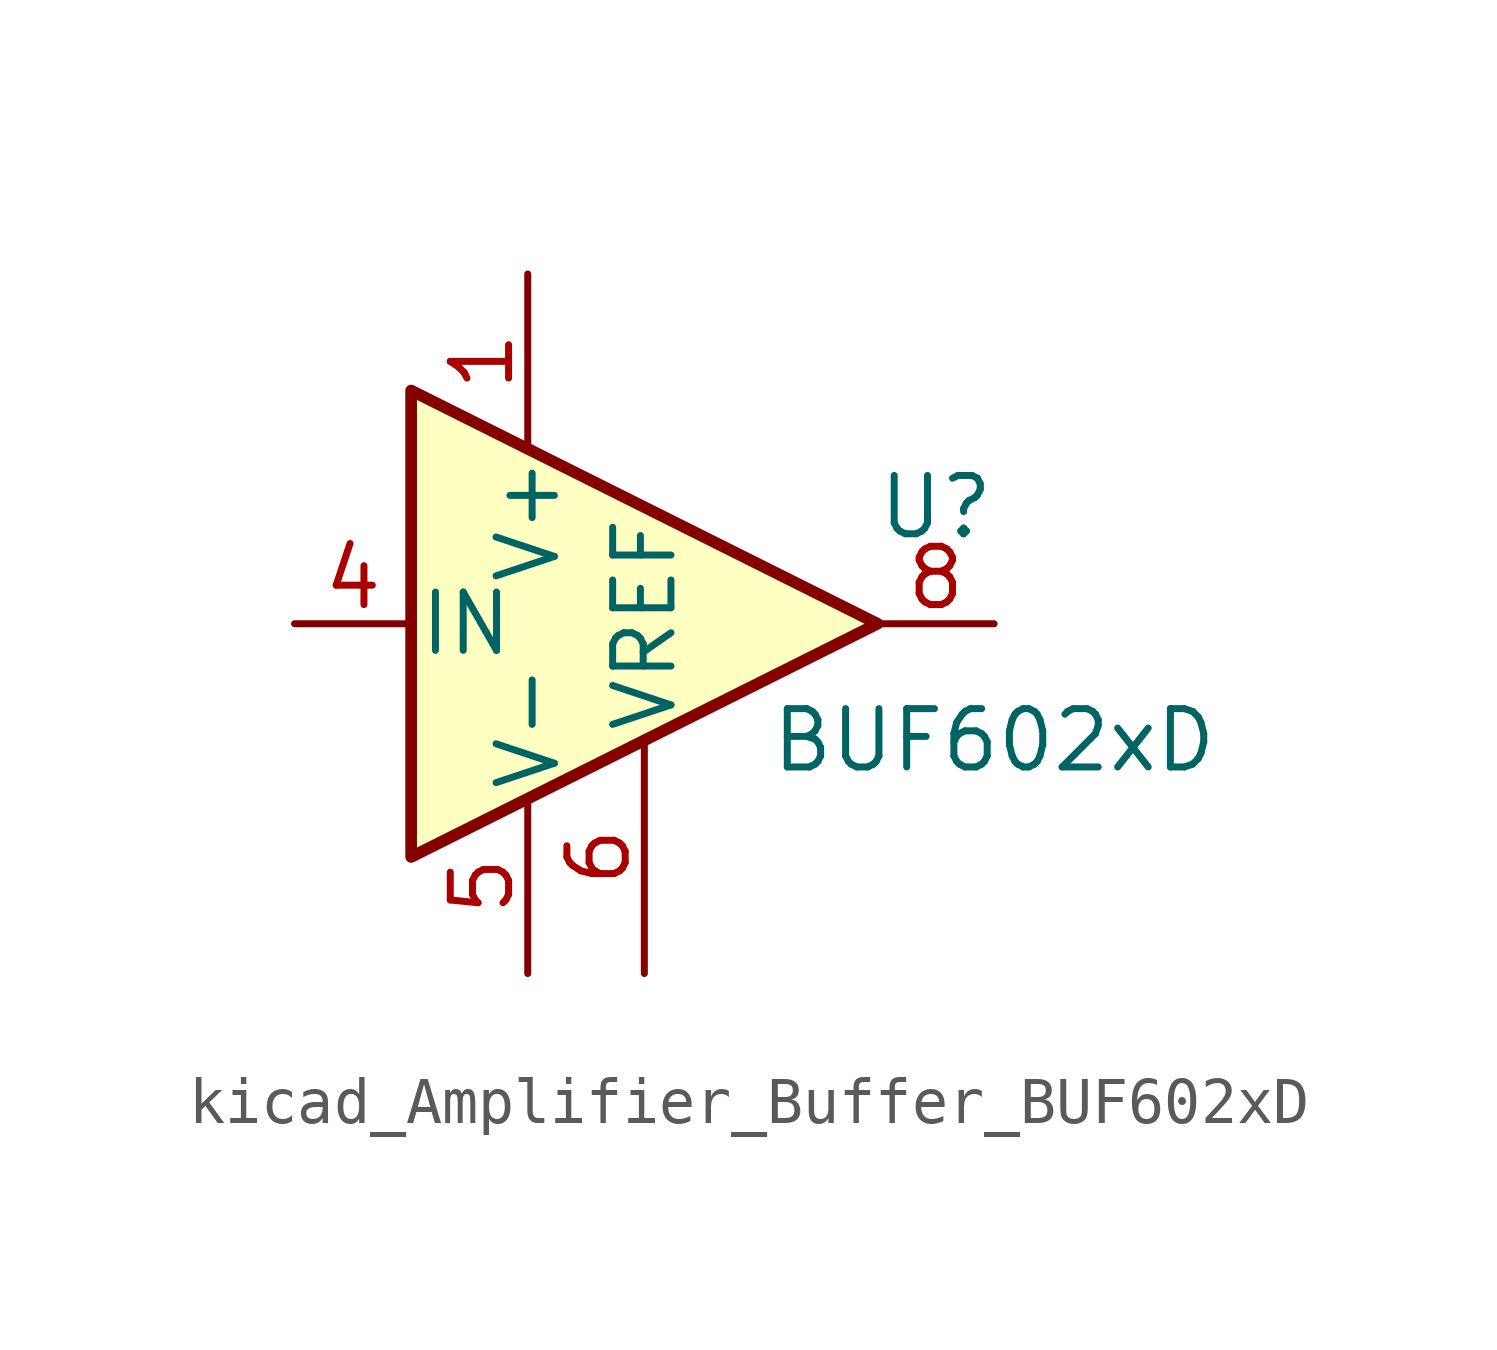
<source format=kicad_sym>
(kicad_symbol_lib
  (version 20220914)
  (generator kicad_symbol_editor)
  (symbol "kicad_Amplifier_Buffer_BUF602xD"
    (pin_names
      (offset 0.127))
    (property "Reference" "U"
      (at 6.35 2.54 0)
      (effects (font (size 1.27 1.27))))
    (property "Value" "BUF602xD"
      (at 7.62 -2.54 0)
      (effects (font (size 1.27 1.27))))
    (symbol "kicad_Amplifier_Buffer_BUF602xD_0_1"
      (polyline (pts (xy 5.08 0) (xy -5.08 5.08) (xy -5.08 -5.08) (xy 5.08 0)) (stroke (width 0.254) (type default)) (fill (type background))))
    (symbol "kicad_Amplifier_Buffer_BUF602xD_1_1"
      (pin power_in line (at -2.54 7.62 270) (length 3.81) (name "V+" (effects (font (size 1.27 1.27)))) (number "1" (effects (font (size 1.27 1.27)))))
      (pin no_connect line (at -5.08 5.08 0) (length 2.54) hide (name "NC" (effects (font (size 1.27 1.27)))) (number "2" (effects (font (size 1.27 1.27)))))
      (pin no_connect line (at -5.08 2.54 0) (length 2.54) hide (name "NC" (effects (font (size 1.27 1.27)))) (number "3" (effects (font (size 1.27 1.27)))))
      (pin input line (at -7.62 0 0) (length 2.54) (name "IN" (effects (font (size 1.27 1.27)))) (number "4" (effects (font (size 1.27 1.27)))))
      (pin power_in line (at -2.54 -7.62 90) (length 3.81) (name "V-" (effects (font (size 1.27 1.27)))) (number "5" (effects (font (size 1.27 1.27)))))
      (pin output line (at 0 -7.62 90) (length 5.08) (name "VREF" (effects (font (size 1.27 1.27)))) (number "6" (effects (font (size 1.27 1.27)))))
      (pin no_connect line (at -5.08 -2.54 0) (length 2.54) hide (name "NC" (effects (font (size 1.27 1.27)))) (number "7" (effects (font (size 1.27 1.27)))))
      (pin output line (at 7.62 0 180) (length 2.54) (name "~" (effects (font (size 1.27 1.27)))) (number "8" (effects (font (size 1.27 1.27))))))))
</source>
